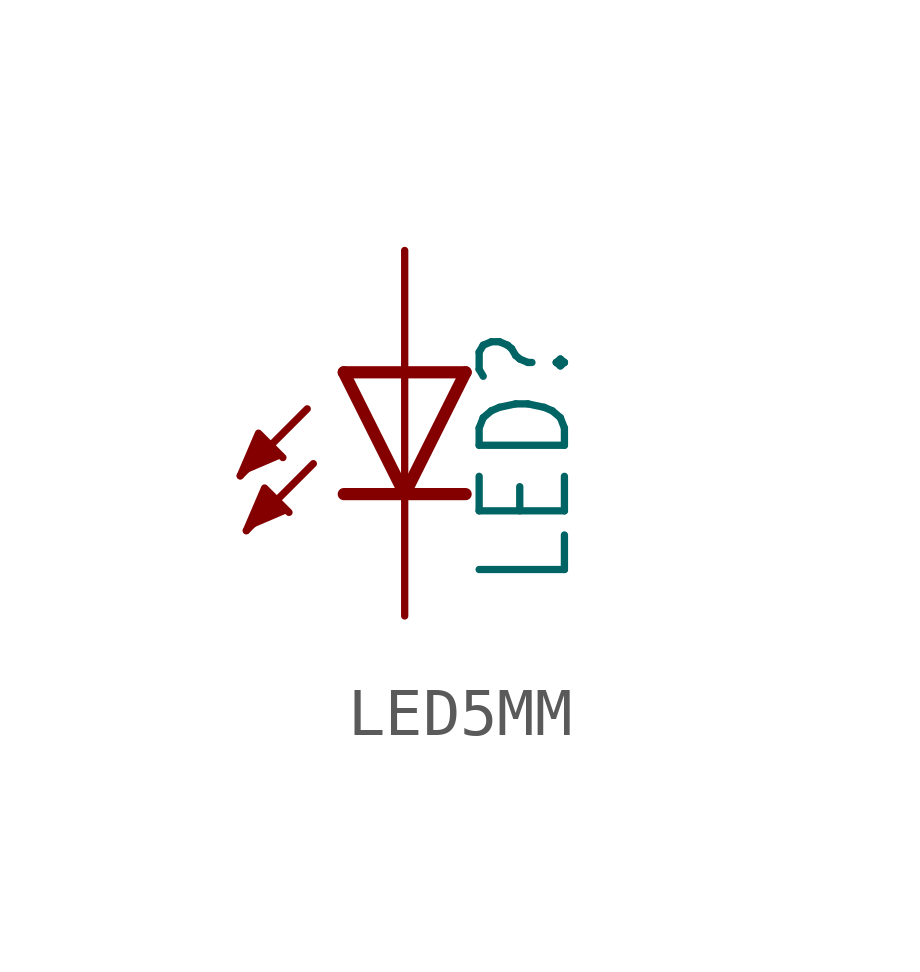
<source format=kicad_sym>
(kicad_symbol_lib
  (version 20220914)
  (generator kicad_symbol_editor)
  (symbol "LED5MM"
    (property "Reference" "LED"
      (at 3.556 -4.572 90)
      (effects (font (size 1.778 1.511)) (justify left bottom)))
    (property "Value" ""
      (at 5.715 -4.572 90)
      (effects (font (size 1.778 1.511)) (justify left bottom)))
    (property "ki_locked" ""
      (at 0 0 0)
      (effects (font (size 1.27 1.27))))
    (symbol "LED5MM_1_0"
      (polyline (pts (xy -2.032 -0.762) (xy -3.429 -2.159)) (stroke (width 0.152) (type solid)) (fill (type none)))
      (polyline (pts (xy -1.905 -1.905) (xy -3.302 -3.302)) (stroke (width 0.152) (type solid)) (fill (type none)))
      (polyline (pts (xy 0 -2.54) (xy -1.27 -2.54)) (stroke (width 0.254) (type solid)) (fill (type none)))
      (polyline (pts (xy 0 -2.54) (xy -1.27 0)) (stroke (width 0.254) (type solid)) (fill (type none)))
      (polyline (pts (xy 0 0) (xy -1.27 0)) (stroke (width 0.254) (type solid)) (fill (type none)))
      (polyline (pts (xy 0 0) (xy 0 -2.54)) (stroke (width 0.152) (type solid)) (fill (type none)))
      (polyline (pts (xy 1.27 -2.54) (xy 0 -2.54)) (stroke (width 0.254) (type solid)) (fill (type none)))
      (polyline (pts (xy 1.27 0) (xy 0 -2.54)) (stroke (width 0.254) (type solid)) (fill (type none)))
      (polyline (pts (xy 1.27 0) (xy 0 0)) (stroke (width 0.254) (type solid)) (fill (type none)))
      (polyline (pts (xy -3.429 -2.159) (xy -3.048 -1.27) (xy -2.54 -1.778)) (stroke (width 0.152) (type solid)) (fill (type outline)))
      (polyline (pts (xy -3.302 -3.302) (xy -2.921 -2.413) (xy -2.413 -2.921)) (stroke (width 0.152) (type solid)) (fill (type outline)))
      (pin passive line (at 0 2.54 270) (length 2.54) (name "A" (effects (font (size 0 0)))) (number "A" (effects (font (size 0 0)))))
      (pin passive line (at 0 -5.08 90) (length 2.54) (name "C" (effects (font (size 0 0)))) (number "K" (effects (font (size 0 0))))))))
</source>
